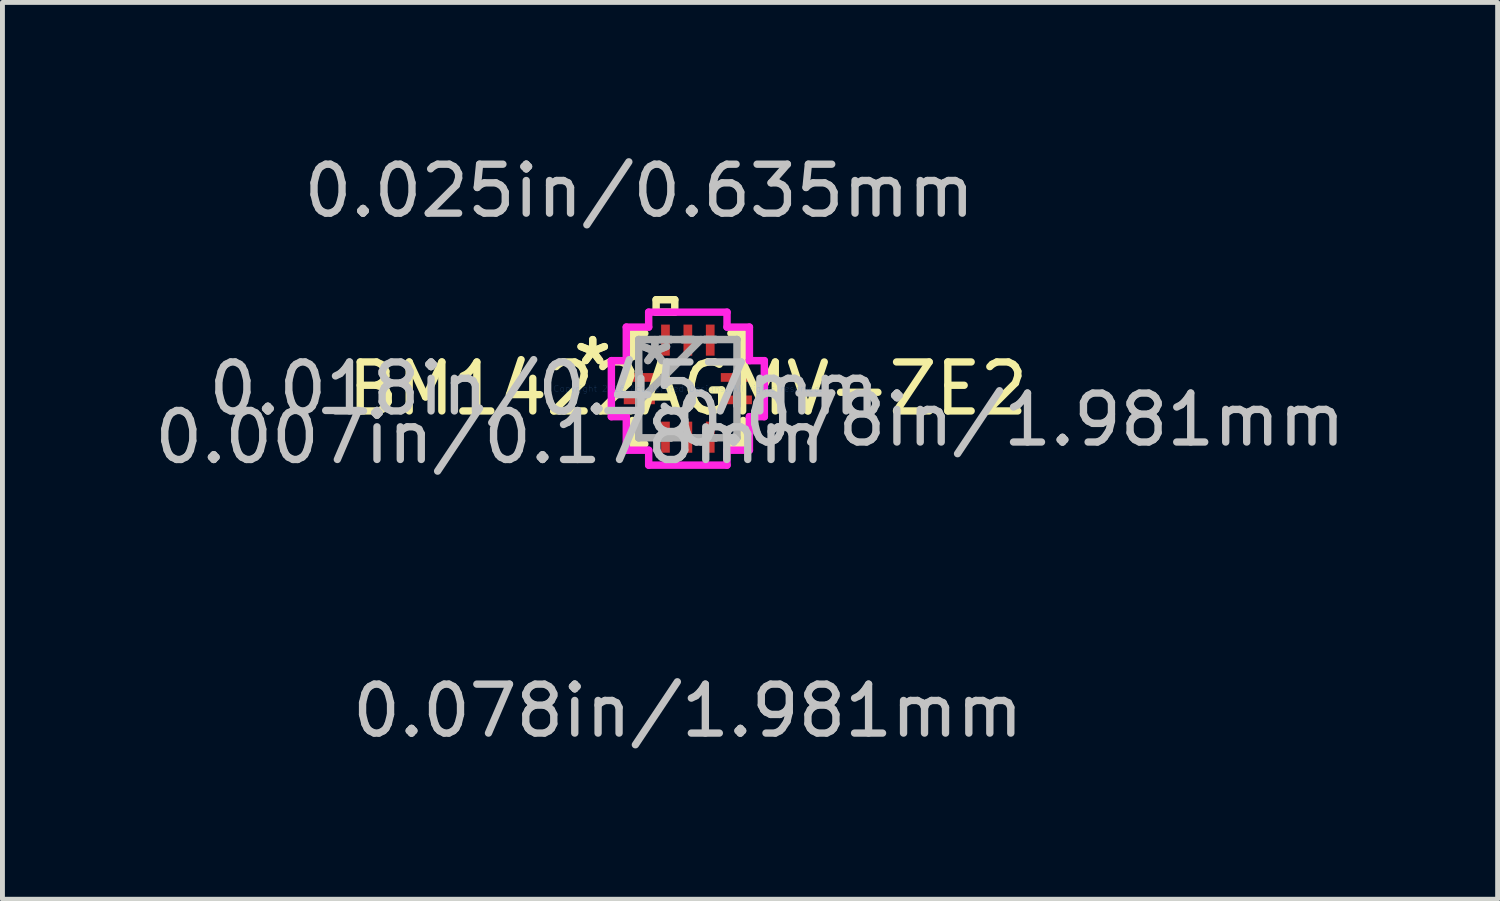
<source format=kicad_pcb>
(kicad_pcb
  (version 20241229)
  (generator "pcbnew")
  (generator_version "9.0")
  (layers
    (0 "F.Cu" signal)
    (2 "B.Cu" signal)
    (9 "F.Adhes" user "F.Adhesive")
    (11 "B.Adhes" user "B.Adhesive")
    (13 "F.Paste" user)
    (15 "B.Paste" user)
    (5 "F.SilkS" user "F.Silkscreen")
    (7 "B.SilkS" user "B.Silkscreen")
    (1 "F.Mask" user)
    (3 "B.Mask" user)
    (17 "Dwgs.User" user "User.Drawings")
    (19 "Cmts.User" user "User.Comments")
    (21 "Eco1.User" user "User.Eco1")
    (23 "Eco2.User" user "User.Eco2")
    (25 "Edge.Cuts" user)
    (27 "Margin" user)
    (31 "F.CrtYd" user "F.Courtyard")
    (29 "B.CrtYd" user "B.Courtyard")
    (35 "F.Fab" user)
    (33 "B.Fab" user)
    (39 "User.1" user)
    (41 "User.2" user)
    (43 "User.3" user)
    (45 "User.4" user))
  (footprint "BM1422AGMV-ZE2"
    (layer "F.Cu")
    (at 10.997 4.887)
    (property "Reference" "BM1422AGMV-ZE2" (at 0 0 0) (layer "F.SilkS") (effects (font (size 1 1) (thickness 0.15))))
    (attr through_hole)
    (fp_line (start -1.13 -1.13) (end -1.13 -0.65) (stroke (width 0.152) (type solid)) (layer "F.SilkS"))
    (fp_line (start -1.13 0.65) (end -1.13 1.13) (stroke (width 0.152) (type solid)) (layer "F.SilkS"))
    (fp_line (start -1.13 1.13) (end -0.879 1.13) (stroke (width 0.152) (type solid)) (layer "F.SilkS"))
    (fp_line (start -0.879 -1.13) (end -1.13 -1.13) (stroke (width 0.152) (type solid)) (layer "F.SilkS"))
    (fp_line (start -0.648 -1.816) (end -0.267 -1.816) (stroke (width 0.152) (type solid)) (layer "F.SilkS"))
    (fp_line (start -0.648 -1.562) (end -0.648 -1.816) (stroke (width 0.152) (type solid)) (layer "F.SilkS"))
    (fp_line (start -0.267 -1.816) (end -0.267 -1.562) (stroke (width 0.152) (type solid)) (layer "F.SilkS"))
    (fp_line (start -0.267 -1.562) (end -0.648 -1.562) (stroke (width 0.152) (type solid)) (layer "F.SilkS"))
    (fp_line (start 0.879 1.13) (end 1.13 1.13) (stroke (width 0.152) (type solid)) (layer "F.SilkS"))
    (fp_line (start 1.13 -1.13) (end 0.879 -1.13) (stroke (width 0.152) (type solid)) (layer "F.SilkS"))
    (fp_line (start 1.13 -0.65) (end 1.13 -1.13) (stroke (width 0.152) (type solid)) (layer "F.SilkS"))
    (fp_line (start 1.13 1.13) (end 1.13 0.65) (stroke (width 0.152) (type solid)) (layer "F.SilkS"))
    (fp_line (start -1.562 -0.572) (end -1.257 -0.572) (stroke (width 0.152) (type solid)) (layer "F.CrtYd"))
    (fp_line (start -1.562 0.572) (end -1.562 -0.572) (stroke (width 0.152) (type solid)) (layer "F.CrtYd"))
    (fp_line (start -1.257 -1.257) (end -0.8 -1.257) (stroke (width 0.152) (type solid)) (layer "F.CrtYd"))
    (fp_line (start -1.257 -0.572) (end -1.257 -1.257) (stroke (width 0.152) (type solid)) (layer "F.CrtYd"))
    (fp_line (start -1.257 0.572) (end -1.562 0.572) (stroke (width 0.152) (type solid)) (layer "F.CrtYd"))
    (fp_line (start -1.257 1.257) (end -1.257 0.572) (stroke (width 0.152) (type solid)) (layer "F.CrtYd"))
    (fp_line (start -0.8 -1.562) (end 0.8 -1.562) (stroke (width 0.152) (type solid)) (layer "F.CrtYd"))
    (fp_line (start -0.8 -1.257) (end -0.8 -1.562) (stroke (width 0.152) (type solid)) (layer "F.CrtYd"))
    (fp_line (start -0.8 1.257) (end -1.257 1.257) (stroke (width 0.152) (type solid)) (layer "F.CrtYd"))
    (fp_line (start -0.8 1.562) (end -0.8 1.257) (stroke (width 0.152) (type solid)) (layer "F.CrtYd"))
    (fp_line (start 0.8 -1.562) (end 0.8 -1.257) (stroke (width 0.152) (type solid)) (layer "F.CrtYd"))
    (fp_line (start 0.8 -1.257) (end 1.257 -1.257) (stroke (width 0.152) (type solid)) (layer "F.CrtYd"))
    (fp_line (start 0.8 1.257) (end 0.8 1.562) (stroke (width 0.152) (type solid)) (layer "F.CrtYd"))
    (fp_line (start 0.8 1.562) (end -0.8 1.562) (stroke (width 0.152) (type solid)) (layer "F.CrtYd"))
    (fp_line (start 1.257 -1.257) (end 1.257 -0.572) (stroke (width 0.152) (type solid)) (layer "F.CrtYd"))
    (fp_line (start 1.257 -0.572) (end 1.562 -0.572) (stroke (width 0.152) (type solid)) (layer "F.CrtYd"))
    (fp_line (start 1.257 0.572) (end 1.257 1.257) (stroke (width 0.152) (type solid)) (layer "F.CrtYd"))
    (fp_line (start 1.257 1.257) (end 0.8 1.257) (stroke (width 0.152) (type solid)) (layer "F.CrtYd"))
    (fp_line (start 1.562 -0.572) (end 1.562 0.572) (stroke (width 0.152) (type solid)) (layer "F.CrtYd"))
    (fp_line (start 1.562 0.572) (end 1.257 0.572) (stroke (width 0.152) (type solid)) (layer "F.CrtYd"))
    (fp_line (start -1.003 -1.003) (end -1.003 -1.003) (stroke (width 0.152) (type solid)) (layer "F.Fab"))
    (fp_line (start -1.003 -1.003) (end -1.003 1.003) (stroke (width 0.152) (type solid)) (layer "F.Fab"))
    (fp_line (start -1.003 -0.343) (end -1.003 -0.343) (stroke (width 0.152) (type solid)) (layer "F.Fab"))
    (fp_line (start -1.003 -0.343) (end -1.003 -0.114) (stroke (width 0.152) (type solid)) (layer "F.Fab"))
    (fp_line (start -1.003 -0.114) (end -1.003 -0.343) (stroke (width 0.152) (type solid)) (layer "F.Fab"))
    (fp_line (start -1.003 -0.114) (end -1.003 -0.114) (stroke (width 0.152) (type solid)) (layer "F.Fab"))
    (fp_line (start -1.003 0.114) (end -1.003 0.114) (stroke (width 0.152) (type solid)) (layer "F.Fab"))
    (fp_line (start -1.003 0.114) (end -1.003 0.343) (stroke (width 0.152) (type solid)) (layer "F.Fab"))
    (fp_line (start -1.003 0.267) (end 0.267 -1.003) (stroke (width 0.152) (type solid)) (layer "F.Fab"))
    (fp_line (start -1.003 0.343) (end -1.003 0.114) (stroke (width 0.152) (type solid)) (layer "F.Fab"))
    (fp_line (start -1.003 0.343) (end -1.003 0.343) (stroke (width 0.152) (type solid)) (layer "F.Fab"))
    (fp_line (start -1.003 1.003) (end -1.003 1.003) (stroke (width 0.152) (type solid)) (layer "F.Fab"))
    (fp_line (start -1.003 1.003) (end 1.003 1.003) (stroke (width 0.152) (type solid)) (layer "F.Fab"))
    (fp_line (start -0.572 -1.003) (end -0.572 -1.003) (stroke (width 0.152) (type solid)) (layer "F.Fab"))
    (fp_line (start -0.572 -1.003) (end -0.343 -1.003) (stroke (width 0.152) (type solid)) (layer "F.Fab"))
    (fp_line (start -0.572 1.003) (end -0.572 1.003) (stroke (width 0.152) (type solid)) (layer "F.Fab"))
    (fp_line (start -0.572 1.003) (end -0.343 1.003) (stroke (width 0.152) (type solid)) (layer "F.Fab"))
    (fp_line (start -0.343 -1.003) (end -0.572 -1.003) (stroke (width 0.152) (type solid)) (layer "F.Fab"))
    (fp_line (start -0.343 -1.003) (end -0.343 -1.003) (stroke (width 0.152) (type solid)) (layer "F.Fab"))
    (fp_line (start -0.343 1.003) (end -0.572 1.003) (stroke (width 0.152) (type solid)) (layer "F.Fab"))
    (fp_line (start -0.343 1.003) (end -0.343 1.003) (stroke (width 0.152) (type solid)) (layer "F.Fab"))
    (fp_line (start -0.114 -1.003) (end -0.114 -1.003) (stroke (width 0.152) (type solid)) (layer "F.Fab"))
    (fp_line (start -0.114 -1.003) (end 0.114 -1.003) (stroke (width 0.152) (type solid)) (layer "F.Fab"))
    (fp_line (start -0.114 1.003) (end -0.114 1.003) (stroke (width 0.152) (type solid)) (layer "F.Fab"))
    (fp_line (start -0.114 1.003) (end 0.114 1.003) (stroke (width 0.152) (type solid)) (layer "F.Fab"))
    (fp_line (start 0.114 -1.003) (end -0.114 -1.003) (stroke (width 0.152) (type solid)) (layer "F.Fab"))
    (fp_line (start 0.114 -1.003) (end 0.114 -1.003) (stroke (width 0.152) (type solid)) (layer "F.Fab"))
    (fp_line (start 0.114 1.003) (end -0.114 1.003) (stroke (width 0.152) (type solid)) (layer "F.Fab"))
    (fp_line (start 0.114 1.003) (end 0.114 1.003) (stroke (width 0.152) (type solid)) (layer "F.Fab"))
    (fp_line (start 0.343 -1.003) (end 0.343 -1.003) (stroke (width 0.152) (type solid)) (layer "F.Fab"))
    (fp_line (start 0.343 -1.003) (end 0.572 -1.003) (stroke (width 0.152) (type solid)) (layer "F.Fab"))
    (fp_line (start 0.343 1.003) (end 0.343 1.003) (stroke (width 0.152) (type solid)) (layer "F.Fab"))
    (fp_line (start 0.343 1.003) (end 0.572 1.003) (stroke (width 0.152) (type solid)) (layer "F.Fab"))
    (fp_line (start 0.572 -1.003) (end 0.343 -1.003) (stroke (width 0.152) (type solid)) (layer "F.Fab"))
    (fp_line (start 0.572 -1.003) (end 0.572 -1.003) (stroke (width 0.152) (type solid)) (layer "F.Fab"))
    (fp_line (start 0.572 1.003) (end 0.343 1.003) (stroke (width 0.152) (type solid)) (layer "F.Fab"))
    (fp_line (start 0.572 1.003) (end 0.572 1.003) (stroke (width 0.152) (type solid)) (layer "F.Fab"))
    (fp_line (start 1.003 -1.003) (end -1.003 -1.003) (stroke (width 0.152) (type solid)) (layer "F.Fab"))
    (fp_line (start 1.003 -1.003) (end 1.003 -1.003) (stroke (width 0.152) (type solid)) (layer "F.Fab"))
    (fp_line (start 1.003 -0.343) (end 1.003 -0.343) (stroke (width 0.152) (type solid)) (layer "F.Fab"))
    (fp_line (start 1.003 -0.343) (end 1.003 -0.114) (stroke (width 0.152) (type solid)) (layer "F.Fab"))
    (fp_line (start 1.003 -0.114) (end 1.003 -0.343) (stroke (width 0.152) (type solid)) (layer "F.Fab"))
    (fp_line (start 1.003 -0.114) (end 1.003 -0.114) (stroke (width 0.152) (type solid)) (layer "F.Fab"))
    (fp_line (start 1.003 0.114) (end 1.003 0.114) (stroke (width 0.152) (type solid)) (layer "F.Fab"))
    (fp_line (start 1.003 0.114) (end 1.003 0.343) (stroke (width 0.152) (type solid)) (layer "F.Fab"))
    (fp_line (start 1.003 0.343) (end 1.003 0.114) (stroke (width 0.152) (type solid)) (layer "F.Fab"))
    (fp_line (start 1.003 0.343) (end 1.003 0.343) (stroke (width 0.152) (type solid)) (layer "F.Fab"))
    (fp_line (start 1.003 1.003) (end 1.003 -1.003) (stroke (width 0.152) (type solid)) (layer "F.Fab"))
    (fp_line (start 1.003 1.003) (end 1.003 1.003) (stroke (width 0.152) (type solid)) (layer "F.Fab"))
    (fp_text user "*" (at -1.943 -0.457 0) (layer "F.SilkS") (effects (font (size 1 1) (thickness 0.15))))
    (fp_text user "*" (at -1.943 -0.457 0) (layer "F.SilkS") (effects (font (size 1 1) (thickness 0.15))))
    (fp_text user "0.078in/1.981mm" (at 0 6.579 0) (layer "Dwgs.User") (effects (font (size 1 1) (thickness 0.15))))
    (fp_text user "0.025in/0.635mm" (at -0.991 -4.039 0) (layer "Dwgs.User") (effects (font (size 1 1) (thickness 0.15))))
    (fp_text user "0.078in/1.981mm" (at 6.579 0.635 0) (layer "Dwgs.User") (effects (font (size 1 1) (thickness 0.15))))
    (fp_text user "0.007in/0.178mm" (at -4.039 0.991 0) (layer "Dwgs.User") (effects (font (size 1 1) (thickness 0.15))))
    (fp_text user "0.018in/0.457mm" (at -2.934 0 0) (layer "Dwgs.User") (effects (font (size 1 1) (thickness 0.15))))
    (fp_text user "Copyright 2016 Accelerated Designs. All rights reserved." (at 0 0 0) (layer "Cmts.User") (effects (font (size 0.127 0.127) (thickness 0.002))))
    (fp_text user "*" (at -0.673 -0.457 0) (layer "F.Fab") (effects (font (size 1 1) (thickness 0.15))))
    (fp_text user "*" (at -0.673 -0.457 0) (layer "F.Fab") (effects (font (size 1 1) (thickness 0.15))))
    (pad "1" smd rect (at -0.991 -0.229 90) (size 0.178 0.635) (layers "F.Cu" "F.Mask" "F.Paste"))
    (pad "2" smd rect (at -0.991 0.229 90) (size 0.178 0.635) (layers "F.Cu" "F.Mask" "F.Paste"))
    (pad "3" smd rect (at -0.457 0.991) (size 0.178 0.635) (layers "F.Cu" "F.Mask" "F.Paste"))
    (pad "4" smd rect (at 0 0.991) (size 0.178 0.635) (layers "F.Cu" "F.Mask" "F.Paste"))
    (pad "5" smd rect (at 0.457 0.991) (size 0.178 0.635) (layers "F.Cu" "F.Mask" "F.Paste"))
    (pad "6" smd rect (at 0.991 0.229 90) (size 0.178 0.635) (layers "F.Cu" "F.Mask" "F.Paste"))
    (pad "7" smd rect (at 0.991 -0.229 90) (size 0.178 0.635) (layers "F.Cu" "F.Mask" "F.Paste"))
    (pad "8" smd rect (at 0.457 -0.991) (size 0.178 0.635) (layers "F.Cu" "F.Mask" "F.Paste"))
    (pad "9" smd rect (at 0 -0.991) (size 0.178 0.635) (layers "F.Cu" "F.Mask" "F.Paste"))
    (pad "10" smd rect (at -0.457 -0.991) (size 0.178 0.635) (layers "F.Cu" "F.Mask" "F.Paste")))
  (gr_rect
    (start -3 -3)
    (end 27.534 15.314)
    (stroke (width 0.1) (type default))
    (fill no)
    (layer "Edge.Cuts")))
</source>
